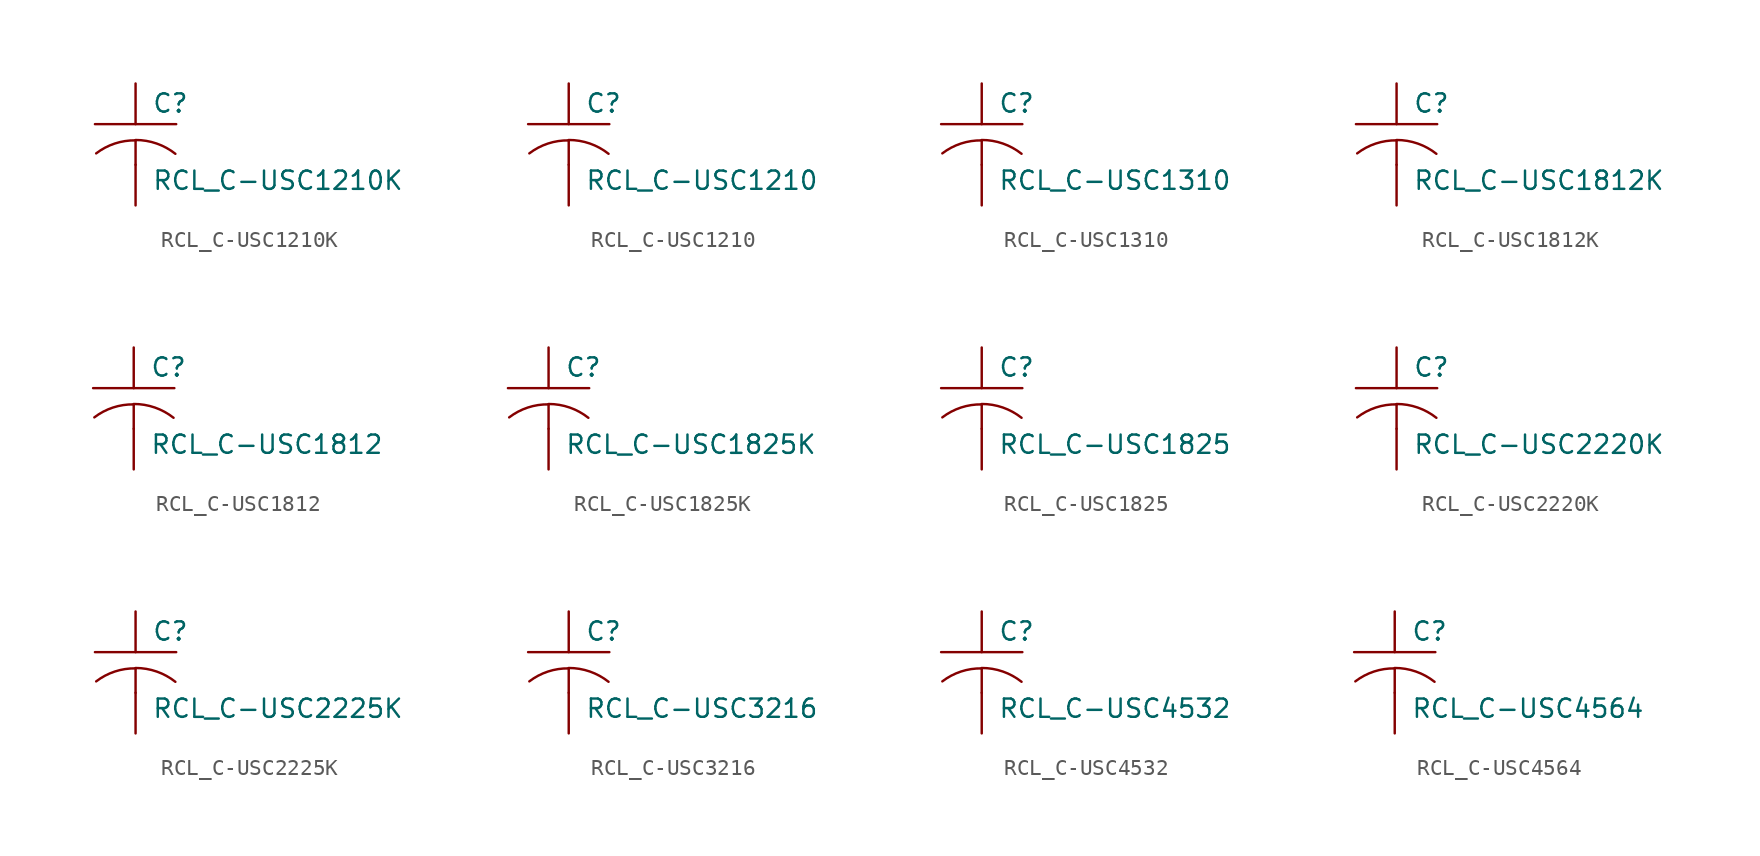
<source format=kicad_sym>
(kicad_symbol_lib
  (version 20210619)
  (generator kicad_symbol_editor)
  (symbol "RCL_C-USC1210K"
    (pin_numbers hide)
    (pin_names
      (offset 1.016) hide)
    (property "Reference" "C"
      (at 1.016 0.635 0)
      (effects (font (size 1.143 1.143)) (justify left bottom)))
    (property "Value" "RCL_C-USC1210K"
      (at 1.016 -4.191 0)
      (effects (font (size 1.143 1.143)) (justify left bottom)))
    (property "ki_locked" ""
      (at 0 0 0)
      (effects (font (size 1.27 1.27))))
    (symbol "RCL_C-USC1210K_1_0"
      (polyline (pts (xy -2.54 0) (xy 2.54 0)) (stroke (width 0)) (fill (type none)))
      (polyline (pts (xy 0 -1.016) (xy 0 -2.54)) (stroke (width 0)) (fill (type none)))
      (polyline (pts (xy 0 -1.016) (xy 0 -1.016)) (stroke (width 0)) (fill (type none))))
    (symbol "RCL_C-USC1210K_1_1"
      (arc (start 0 -1.016) (end -2.4638 -1.8288) (radius (at 0 -5.08) (length 4.0386) (angles 90.1 127.3)) (stroke (width 0)) (fill (type none)))
      (arc (start 2.4892 -1.8542) (end 0 -0.9906) (radius (at 0 -5.0292) (length 4.0386) (angles 52.3 89.9)) (stroke (width 0)) (fill (type none)))
      (pin passive line (at 0 2.54 270) (length 2.54) (name "1" (effects (font (size 1.016 1.016)))) (number "1" (effects (font (size 1.016 1.016)))))
      (pin passive line (at 0 -5.08 90) (length 2.54) (name "2" (effects (font (size 1.016 1.016)))) (number "2" (effects (font (size 1.016 1.016)))))))
  (symbol "RCL_C-USC1210"
    (pin_numbers hide)
    (pin_names
      (offset 1.016) hide)
    (property "Reference" "C"
      (at 1.016 0.635 0)
      (effects (font (size 1.143 1.143)) (justify left bottom)))
    (property "Value" "RCL_C-USC1210"
      (at 1.016 -4.191 0)
      (effects (font (size 1.143 1.143)) (justify left bottom)))
    (property "ki_locked" ""
      (at 0 0 0)
      (effects (font (size 1.27 1.27))))
    (symbol "RCL_C-USC1210_1_0"
      (polyline (pts (xy -2.54 0) (xy 2.54 0)) (stroke (width 0)) (fill (type none)))
      (polyline (pts (xy 0 -1.016) (xy 0 -2.54)) (stroke (width 0)) (fill (type none)))
      (polyline (pts (xy 0 -1.016) (xy 0 -1.016)) (stroke (width 0)) (fill (type none))))
    (symbol "RCL_C-USC1210_1_1"
      (arc (start 0 -1.016) (end -2.4638 -1.8288) (radius (at 0 -5.08) (length 4.0386) (angles 90.1 127.3)) (stroke (width 0)) (fill (type none)))
      (arc (start 2.4892 -1.8542) (end 0 -0.9906) (radius (at 0 -5.0292) (length 4.0386) (angles 52.3 89.9)) (stroke (width 0)) (fill (type none)))
      (pin passive line (at 0 2.54 270) (length 2.54) (name "1" (effects (font (size 1.016 1.016)))) (number "1" (effects (font (size 1.016 1.016)))))
      (pin passive line (at 0 -5.08 90) (length 2.54) (name "2" (effects (font (size 1.016 1.016)))) (number "2" (effects (font (size 1.016 1.016)))))))
  (symbol "RCL_C-USC1310"
    (pin_numbers hide)
    (pin_names
      (offset 1.016) hide)
    (property "Reference" "C"
      (at 1.016 0.635 0)
      (effects (font (size 1.143 1.143)) (justify left bottom)))
    (property "Value" "RCL_C-USC1310"
      (at 1.016 -4.191 0)
      (effects (font (size 1.143 1.143)) (justify left bottom)))
    (property "ki_locked" ""
      (at 0 0 0)
      (effects (font (size 1.27 1.27))))
    (symbol "RCL_C-USC1310_1_0"
      (polyline (pts (xy -2.54 0) (xy 2.54 0)) (stroke (width 0)) (fill (type none)))
      (polyline (pts (xy 0 -1.016) (xy 0 -2.54)) (stroke (width 0)) (fill (type none)))
      (polyline (pts (xy 0 -1.016) (xy 0 -1.016)) (stroke (width 0)) (fill (type none))))
    (symbol "RCL_C-USC1310_1_1"
      (arc (start 0 -1.016) (end -2.4638 -1.8288) (radius (at 0 -5.08) (length 4.0386) (angles 90.1 127.3)) (stroke (width 0)) (fill (type none)))
      (arc (start 2.4892 -1.8542) (end 0 -0.9906) (radius (at 0 -5.0292) (length 4.0386) (angles 52.3 89.9)) (stroke (width 0)) (fill (type none)))
      (pin passive line (at 0 2.54 270) (length 2.54) (name "1" (effects (font (size 1.016 1.016)))) (number "1" (effects (font (size 1.016 1.016)))))
      (pin passive line (at 0 -5.08 90) (length 2.54) (name "2" (effects (font (size 1.016 1.016)))) (number "2" (effects (font (size 1.016 1.016)))))))
  (symbol "RCL_C-USC1812K"
    (pin_numbers hide)
    (pin_names
      (offset 1.016) hide)
    (property "Reference" "C"
      (at 1.016 0.635 0)
      (effects (font (size 1.143 1.143)) (justify left bottom)))
    (property "Value" "RCL_C-USC1812K"
      (at 1.016 -4.191 0)
      (effects (font (size 1.143 1.143)) (justify left bottom)))
    (property "ki_locked" ""
      (at 0 0 0)
      (effects (font (size 1.27 1.27))))
    (symbol "RCL_C-USC1812K_1_0"
      (polyline (pts (xy -2.54 0) (xy 2.54 0)) (stroke (width 0)) (fill (type none)))
      (polyline (pts (xy 0 -1.016) (xy 0 -2.54)) (stroke (width 0)) (fill (type none)))
      (polyline (pts (xy 0 -1.016) (xy 0 -1.016)) (stroke (width 0)) (fill (type none))))
    (symbol "RCL_C-USC1812K_1_1"
      (arc (start 0 -1.016) (end -2.4638 -1.8288) (radius (at 0 -5.08) (length 4.0386) (angles 90.1 127.3)) (stroke (width 0)) (fill (type none)))
      (arc (start 2.4892 -1.8542) (end 0 -0.9906) (radius (at 0 -5.0292) (length 4.0386) (angles 52.3 89.9)) (stroke (width 0)) (fill (type none)))
      (pin passive line (at 0 2.54 270) (length 2.54) (name "1" (effects (font (size 1.016 1.016)))) (number "1" (effects (font (size 1.016 1.016)))))
      (pin passive line (at 0 -5.08 90) (length 2.54) (name "2" (effects (font (size 1.016 1.016)))) (number "2" (effects (font (size 1.016 1.016)))))))
  (symbol "RCL_C-USC1812"
    (pin_numbers hide)
    (pin_names
      (offset 1.016) hide)
    (property "Reference" "C"
      (at 1.016 0.635 0)
      (effects (font (size 1.143 1.143)) (justify left bottom)))
    (property "Value" "RCL_C-USC1812"
      (at 1.016 -4.191 0)
      (effects (font (size 1.143 1.143)) (justify left bottom)))
    (property "ki_locked" ""
      (at 0 0 0)
      (effects (font (size 1.27 1.27))))
    (symbol "RCL_C-USC1812_1_0"
      (polyline (pts (xy -2.54 0) (xy 2.54 0)) (stroke (width 0)) (fill (type none)))
      (polyline (pts (xy 0 -1.016) (xy 0 -2.54)) (stroke (width 0)) (fill (type none)))
      (polyline (pts (xy 0 -1.016) (xy 0 -1.016)) (stroke (width 0)) (fill (type none))))
    (symbol "RCL_C-USC1812_1_1"
      (arc (start 0 -1.016) (end -2.4638 -1.8288) (radius (at 0 -5.08) (length 4.0386) (angles 90.1 127.3)) (stroke (width 0)) (fill (type none)))
      (arc (start 2.4892 -1.8542) (end 0 -0.9906) (radius (at 0 -5.0292) (length 4.0386) (angles 52.3 89.9)) (stroke (width 0)) (fill (type none)))
      (pin passive line (at 0 2.54 270) (length 2.54) (name "1" (effects (font (size 1.016 1.016)))) (number "1" (effects (font (size 1.016 1.016)))))
      (pin passive line (at 0 -5.08 90) (length 2.54) (name "2" (effects (font (size 1.016 1.016)))) (number "2" (effects (font (size 1.016 1.016)))))))
  (symbol "RCL_C-USC1825K"
    (pin_numbers hide)
    (pin_names
      (offset 1.016) hide)
    (property "Reference" "C"
      (at 1.016 0.635 0)
      (effects (font (size 1.143 1.143)) (justify left bottom)))
    (property "Value" "RCL_C-USC1825K"
      (at 1.016 -4.191 0)
      (effects (font (size 1.143 1.143)) (justify left bottom)))
    (property "ki_locked" ""
      (at 0 0 0)
      (effects (font (size 1.27 1.27))))
    (symbol "RCL_C-USC1825K_1_0"
      (polyline (pts (xy -2.54 0) (xy 2.54 0)) (stroke (width 0)) (fill (type none)))
      (polyline (pts (xy 0 -1.016) (xy 0 -2.54)) (stroke (width 0)) (fill (type none)))
      (polyline (pts (xy 0 -1.016) (xy 0 -1.016)) (stroke (width 0)) (fill (type none))))
    (symbol "RCL_C-USC1825K_1_1"
      (arc (start 0 -1.016) (end -2.4638 -1.8288) (radius (at 0 -5.08) (length 4.0386) (angles 90.1 127.3)) (stroke (width 0)) (fill (type none)))
      (arc (start 2.4892 -1.8542) (end 0 -0.9906) (radius (at 0 -5.0292) (length 4.0386) (angles 52.3 89.9)) (stroke (width 0)) (fill (type none)))
      (pin passive line (at 0 2.54 270) (length 2.54) (name "1" (effects (font (size 1.016 1.016)))) (number "1" (effects (font (size 1.016 1.016)))))
      (pin passive line (at 0 -5.08 90) (length 2.54) (name "2" (effects (font (size 1.016 1.016)))) (number "2" (effects (font (size 1.016 1.016)))))))
  (symbol "RCL_C-USC1825"
    (pin_numbers hide)
    (pin_names
      (offset 1.016) hide)
    (property "Reference" "C"
      (at 1.016 0.635 0)
      (effects (font (size 1.143 1.143)) (justify left bottom)))
    (property "Value" "RCL_C-USC1825"
      (at 1.016 -4.191 0)
      (effects (font (size 1.143 1.143)) (justify left bottom)))
    (property "ki_locked" ""
      (at 0 0 0)
      (effects (font (size 1.27 1.27))))
    (symbol "RCL_C-USC1825_1_0"
      (polyline (pts (xy -2.54 0) (xy 2.54 0)) (stroke (width 0)) (fill (type none)))
      (polyline (pts (xy 0 -1.016) (xy 0 -2.54)) (stroke (width 0)) (fill (type none)))
      (polyline (pts (xy 0 -1.016) (xy 0 -1.016)) (stroke (width 0)) (fill (type none))))
    (symbol "RCL_C-USC1825_1_1"
      (arc (start 0 -1.016) (end -2.4638 -1.8288) (radius (at 0 -5.08) (length 4.0386) (angles 90.1 127.3)) (stroke (width 0)) (fill (type none)))
      (arc (start 2.4892 -1.8542) (end 0 -0.9906) (radius (at 0 -5.0292) (length 4.0386) (angles 52.3 89.9)) (stroke (width 0)) (fill (type none)))
      (pin passive line (at 0 2.54 270) (length 2.54) (name "1" (effects (font (size 1.016 1.016)))) (number "1" (effects (font (size 1.016 1.016)))))
      (pin passive line (at 0 -5.08 90) (length 2.54) (name "2" (effects (font (size 1.016 1.016)))) (number "2" (effects (font (size 1.016 1.016)))))))
  (symbol "RCL_C-USC2220K"
    (pin_numbers hide)
    (pin_names
      (offset 1.016) hide)
    (property "Reference" "C"
      (at 1.016 0.635 0)
      (effects (font (size 1.143 1.143)) (justify left bottom)))
    (property "Value" "RCL_C-USC2220K"
      (at 1.016 -4.191 0)
      (effects (font (size 1.143 1.143)) (justify left bottom)))
    (property "ki_locked" ""
      (at 0 0 0)
      (effects (font (size 1.27 1.27))))
    (symbol "RCL_C-USC2220K_1_0"
      (polyline (pts (xy -2.54 0) (xy 2.54 0)) (stroke (width 0)) (fill (type none)))
      (polyline (pts (xy 0 -1.016) (xy 0 -2.54)) (stroke (width 0)) (fill (type none)))
      (polyline (pts (xy 0 -1.016) (xy 0 -1.016)) (stroke (width 0)) (fill (type none))))
    (symbol "RCL_C-USC2220K_1_1"
      (arc (start 0 -1.016) (end -2.4638 -1.8288) (radius (at 0 -5.08) (length 4.0386) (angles 90.1 127.3)) (stroke (width 0)) (fill (type none)))
      (arc (start 2.4892 -1.8542) (end 0 -0.9906) (radius (at 0 -5.0292) (length 4.0386) (angles 52.3 89.9)) (stroke (width 0)) (fill (type none)))
      (pin passive line (at 0 2.54 270) (length 2.54) (name "1" (effects (font (size 1.016 1.016)))) (number "1" (effects (font (size 1.016 1.016)))))
      (pin passive line (at 0 -5.08 90) (length 2.54) (name "2" (effects (font (size 1.016 1.016)))) (number "2" (effects (font (size 1.016 1.016)))))))
  (symbol "RCL_C-USC2225K"
    (pin_numbers hide)
    (pin_names
      (offset 1.016) hide)
    (property "Reference" "C"
      (at 1.016 0.635 0)
      (effects (font (size 1.143 1.143)) (justify left bottom)))
    (property "Value" "RCL_C-USC2225K"
      (at 1.016 -4.191 0)
      (effects (font (size 1.143 1.143)) (justify left bottom)))
    (property "ki_locked" ""
      (at 0 0 0)
      (effects (font (size 1.27 1.27))))
    (symbol "RCL_C-USC2225K_1_0"
      (polyline (pts (xy -2.54 0) (xy 2.54 0)) (stroke (width 0)) (fill (type none)))
      (polyline (pts (xy 0 -1.016) (xy 0 -2.54)) (stroke (width 0)) (fill (type none)))
      (polyline (pts (xy 0 -1.016) (xy 0 -1.016)) (stroke (width 0)) (fill (type none))))
    (symbol "RCL_C-USC2225K_1_1"
      (arc (start 0 -1.016) (end -2.4638 -1.8288) (radius (at 0 -5.08) (length 4.0386) (angles 90.1 127.3)) (stroke (width 0)) (fill (type none)))
      (arc (start 2.4892 -1.8542) (end 0 -0.9906) (radius (at 0 -5.0292) (length 4.0386) (angles 52.3 89.9)) (stroke (width 0)) (fill (type none)))
      (pin passive line (at 0 2.54 270) (length 2.54) (name "1" (effects (font (size 1.016 1.016)))) (number "1" (effects (font (size 1.016 1.016)))))
      (pin passive line (at 0 -5.08 90) (length 2.54) (name "2" (effects (font (size 1.016 1.016)))) (number "2" (effects (font (size 1.016 1.016)))))))
  (symbol "RCL_C-USC3216"
    (pin_numbers hide)
    (pin_names
      (offset 1.016) hide)
    (property "Reference" "C"
      (at 1.016 0.635 0)
      (effects (font (size 1.143 1.143)) (justify left bottom)))
    (property "Value" "RCL_C-USC3216"
      (at 1.016 -4.191 0)
      (effects (font (size 1.143 1.143)) (justify left bottom)))
    (property "ki_locked" ""
      (at 0 0 0)
      (effects (font (size 1.27 1.27))))
    (symbol "RCL_C-USC3216_1_0"
      (polyline (pts (xy -2.54 0) (xy 2.54 0)) (stroke (width 0)) (fill (type none)))
      (polyline (pts (xy 0 -1.016) (xy 0 -2.54)) (stroke (width 0)) (fill (type none)))
      (polyline (pts (xy 0 -1.016) (xy 0 -1.016)) (stroke (width 0)) (fill (type none))))
    (symbol "RCL_C-USC3216_1_1"
      (arc (start 0 -1.016) (end -2.4638 -1.8288) (radius (at 0 -5.08) (length 4.0386) (angles 90.1 127.3)) (stroke (width 0)) (fill (type none)))
      (arc (start 2.4892 -1.8542) (end 0 -0.9906) (radius (at 0 -5.0292) (length 4.0386) (angles 52.3 89.9)) (stroke (width 0)) (fill (type none)))
      (pin passive line (at 0 2.54 270) (length 2.54) (name "1" (effects (font (size 1.016 1.016)))) (number "1" (effects (font (size 1.016 1.016)))))
      (pin passive line (at 0 -5.08 90) (length 2.54) (name "2" (effects (font (size 1.016 1.016)))) (number "2" (effects (font (size 1.016 1.016)))))))
  (symbol "RCL_C-USC4532"
    (pin_numbers hide)
    (pin_names
      (offset 1.016) hide)
    (property "Reference" "C"
      (at 1.016 0.635 0)
      (effects (font (size 1.143 1.143)) (justify left bottom)))
    (property "Value" "RCL_C-USC4532"
      (at 1.016 -4.191 0)
      (effects (font (size 1.143 1.143)) (justify left bottom)))
    (property "ki_locked" ""
      (at 0 0 0)
      (effects (font (size 1.27 1.27))))
    (symbol "RCL_C-USC4532_1_0"
      (polyline (pts (xy -2.54 0) (xy 2.54 0)) (stroke (width 0)) (fill (type none)))
      (polyline (pts (xy 0 -1.016) (xy 0 -2.54)) (stroke (width 0)) (fill (type none)))
      (polyline (pts (xy 0 -1.016) (xy 0 -1.016)) (stroke (width 0)) (fill (type none))))
    (symbol "RCL_C-USC4532_1_1"
      (arc (start 0 -1.016) (end -2.4638 -1.8288) (radius (at 0 -5.08) (length 4.0386) (angles 90.1 127.3)) (stroke (width 0)) (fill (type none)))
      (arc (start 2.4892 -1.8542) (end 0 -0.9906) (radius (at 0 -5.0292) (length 4.0386) (angles 52.3 89.9)) (stroke (width 0)) (fill (type none)))
      (pin passive line (at 0 2.54 270) (length 2.54) (name "1" (effects (font (size 1.016 1.016)))) (number "1" (effects (font (size 1.016 1.016)))))
      (pin passive line (at 0 -5.08 90) (length 2.54) (name "2" (effects (font (size 1.016 1.016)))) (number "2" (effects (font (size 1.016 1.016)))))))
  (symbol "RCL_C-USC4564"
    (pin_numbers hide)
    (pin_names
      (offset 1.016) hide)
    (property "Reference" "C"
      (at 1.016 0.635 0)
      (effects (font (size 1.143 1.143)) (justify left bottom)))
    (property "Value" "RCL_C-USC4564"
      (at 1.016 -4.191 0)
      (effects (font (size 1.143 1.143)) (justify left bottom)))
    (property "ki_locked" ""
      (at 0 0 0)
      (effects (font (size 1.27 1.27))))
    (symbol "RCL_C-USC4564_1_0"
      (polyline (pts (xy -2.54 0) (xy 2.54 0)) (stroke (width 0)) (fill (type none)))
      (polyline (pts (xy 0 -1.016) (xy 0 -2.54)) (stroke (width 0)) (fill (type none)))
      (polyline (pts (xy 0 -1.016) (xy 0 -1.016)) (stroke (width 0)) (fill (type none))))
    (symbol "RCL_C-USC4564_1_1"
      (arc (start 0 -1.016) (end -2.4638 -1.8288) (radius (at 0 -5.08) (length 4.0386) (angles 90.1 127.3)) (stroke (width 0)) (fill (type none)))
      (arc (start 2.4892 -1.8542) (end 0 -0.9906) (radius (at 0 -5.0292) (length 4.0386) (angles 52.3 89.9)) (stroke (width 0)) (fill (type none)))
      (pin passive line (at 0 2.54 270) (length 2.54) (name "1" (effects (font (size 1.016 1.016)))) (number "1" (effects (font (size 1.016 1.016)))))
      (pin passive line (at 0 -5.08 90) (length 2.54) (name "2" (effects (font (size 1.016 1.016)))) (number "2" (effects (font (size 1.016 1.016))))))))
</source>
